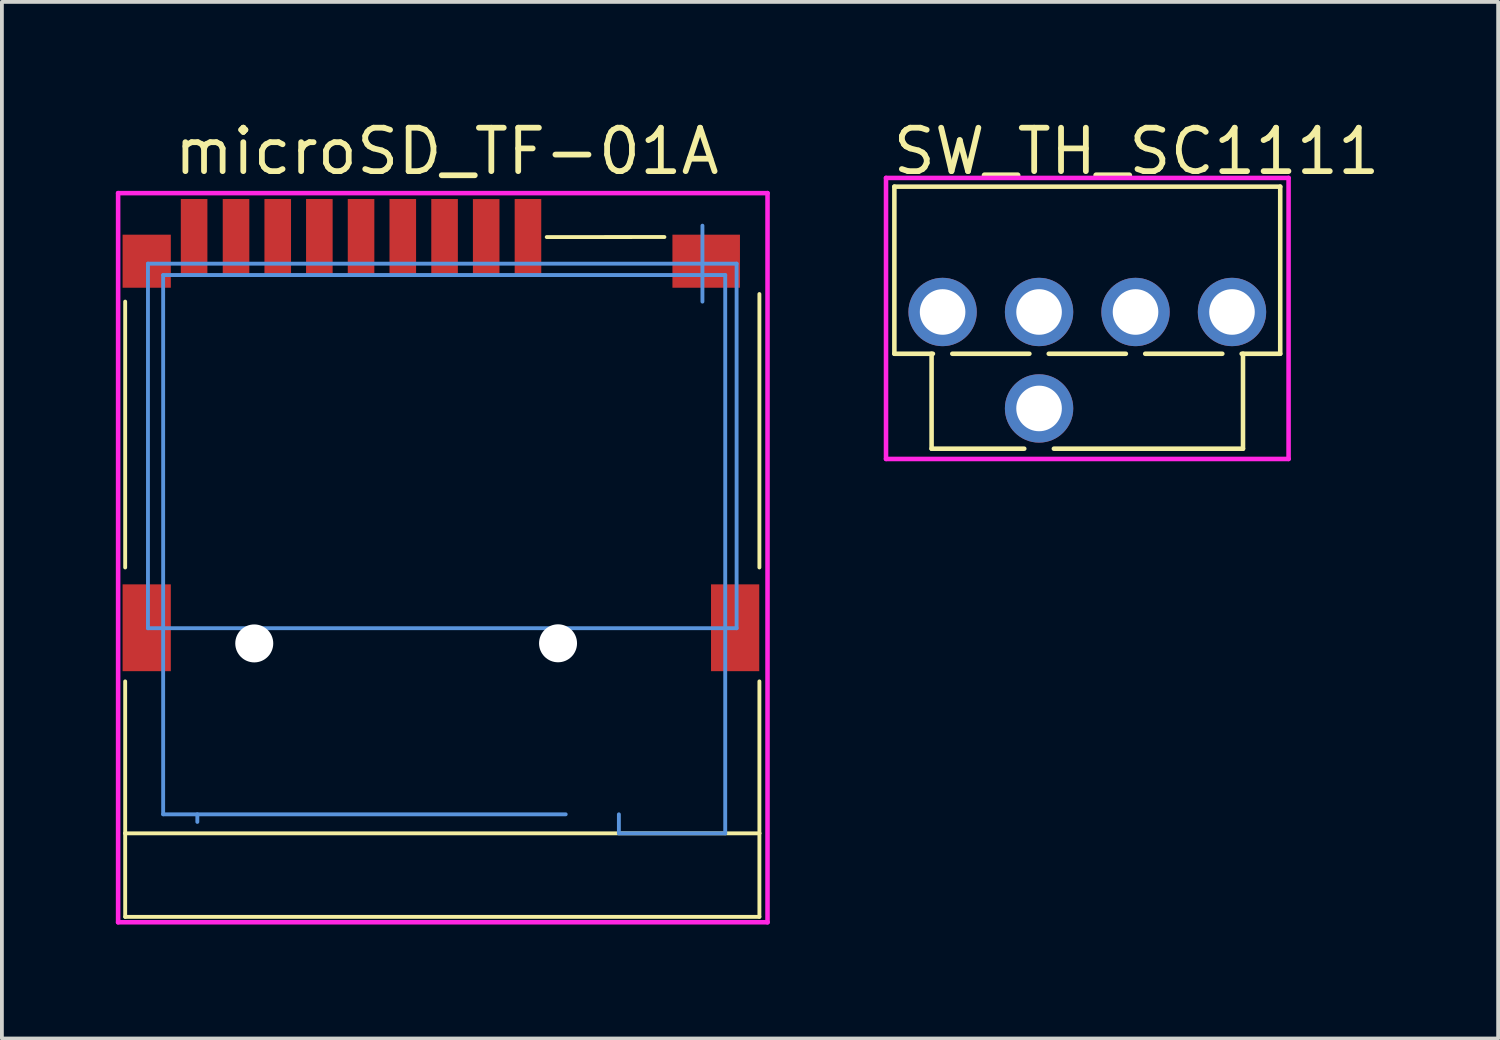
<source format=kicad_pcb>
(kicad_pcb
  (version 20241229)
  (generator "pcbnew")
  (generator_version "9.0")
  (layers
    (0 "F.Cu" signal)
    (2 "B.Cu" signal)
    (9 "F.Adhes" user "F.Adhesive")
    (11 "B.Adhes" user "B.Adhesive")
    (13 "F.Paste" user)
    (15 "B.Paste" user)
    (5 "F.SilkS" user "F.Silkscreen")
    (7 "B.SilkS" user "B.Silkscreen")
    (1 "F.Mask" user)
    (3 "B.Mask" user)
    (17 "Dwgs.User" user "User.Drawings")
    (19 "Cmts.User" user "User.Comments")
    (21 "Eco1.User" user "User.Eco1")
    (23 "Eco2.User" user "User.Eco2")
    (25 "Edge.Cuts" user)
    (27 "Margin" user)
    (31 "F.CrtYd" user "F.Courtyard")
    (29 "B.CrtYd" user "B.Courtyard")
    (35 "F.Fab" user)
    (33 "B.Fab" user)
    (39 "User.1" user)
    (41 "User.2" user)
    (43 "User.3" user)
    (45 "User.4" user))
  (footprint "microSD_TF-01A"
    (layer "F.Cu")
    (at 8.56 8.335)
    (property "Reference" "microSD_TF-01A" (at -7.1 -7.4 0) (layer "F.SilkS") (effects (font (size 1.143 1.143) (thickness 0.152)) (justify left)))
    (attr smd)
    (fp_line (start -8.314 -3.443) (end -8.314 3.557) (stroke (width 0.102) (type solid)) (layer "F.SilkS"))
    (fp_line (start -8.314 10.557) (end -8.314 6.557) (stroke (width 0.102) (type solid)) (layer "F.SilkS"))
    (fp_line (start -8.314 12.757) (end -8.314 10.557) (stroke (width 0.102) (type solid)) (layer "F.SilkS"))
    (fp_line (start 2.786 -5.143) (end 5.885 -5.144) (stroke (width 0.102) (type solid)) (layer "F.SilkS"))
    (fp_line (start 8.386 -3.643) (end 8.386 3.557) (stroke (width 0.102) (type solid)) (layer "F.SilkS"))
    (fp_line (start 8.386 6.557) (end 8.386 10.557) (stroke (width 0.102) (type solid)) (layer "F.SilkS"))
    (fp_line (start 8.386 10.557) (end -8.314 10.557) (stroke (width 0.102) (type solid)) (layer "F.SilkS"))
    (fp_line (start 8.386 12.757) (end -8.314 12.757) (stroke (width 0.102) (type solid)) (layer "F.SilkS"))
    (fp_line (start 8.386 12.757) (end 8.386 10.557) (stroke (width 0.102) (type solid)) (layer "F.SilkS"))
    (fp_line (start -7.714 -4.443) (end 7.786 -4.443) (stroke (width 0.102) (type solid)) (layer "Cmts.User"))
    (fp_line (start -7.714 5.157) (end -7.714 -4.443) (stroke (width 0.102) (type solid)) (layer "Cmts.User"))
    (fp_line (start -7.314 -4.143) (end -7.314 10.056) (stroke (width 0.102) (type solid)) (layer "Cmts.User"))
    (fp_line (start -7.314 -4.143) (end 7.487 -4.143) (stroke (width 0.102) (type solid)) (layer "Cmts.User"))
    (fp_line (start -7.314 10.057) (end 3.286 10.057) (stroke (width 0.102) (type solid)) (layer "Cmts.User"))
    (fp_line (start -6.414 10.057) (end -6.414 10.257) (stroke (width 0.102) (type solid)) (layer "Cmts.User"))
    (fp_line (start 4.686 10.557) (end 4.686 10.057) (stroke (width 0.102) (type solid)) (layer "Cmts.User"))
    (fp_line (start 6.886 -4.443) (end 6.886 -5.443) (stroke (width 0.102) (type solid)) (layer "Cmts.User"))
    (fp_line (start 6.886 -4.443) (end 6.886 -3.443) (stroke (width 0.102) (type solid)) (layer "Cmts.User"))
    (fp_line (start 7.486 -4.143) (end 7.486 10.557) (stroke (width 0.102) (type solid)) (layer "Cmts.User"))
    (fp_line (start 7.486 10.557) (end 4.686 10.557) (stroke (width 0.102) (type solid)) (layer "Cmts.User"))
    (fp_line (start 7.786 -4.443) (end 7.786 5.157) (stroke (width 0.102) (type solid)) (layer "Cmts.User"))
    (fp_line (start 7.786 5.157) (end -7.714 5.157) (stroke (width 0.102) (type solid)) (layer "Cmts.User"))
    (fp_line (start -8.5 -6.3) (end -8.5 12.9) (stroke (width 0.12) (type solid)) (layer "F.CrtYd"))
    (fp_line (start -8.5 -6.3) (end 8.6 -6.3) (stroke (width 0.12) (type solid)) (layer "F.CrtYd"))
    (fp_line (start 8.6 -6.3) (end 8.6 12.9) (stroke (width 0.12) (type solid)) (layer "F.CrtYd"))
    (fp_line (start 8.6 12.9) (end -8.5 12.9) (stroke (width 0.12) (type solid)) (layer "F.CrtYd"))
    (pad "" np_thru_hole circle (at -4.915 5.557) (size 1 1) (drill 1) (layers "*.Cu" "*.Mask"))
    (pad "" np_thru_hole circle (at 3.084 5.554) (size 1 1) (drill 1) (layers "*.Cu" "*.Mask"))
    (pad "1" smd rect (at 2.292 -5.145) (size 0.7 2) (layers "F.Cu" "F.Mask" "F.Paste"))
    (pad "2" smd rect (at 1.192 -5.143) (size 0.7 2) (layers "F.Cu" "F.Mask" "F.Paste"))
    (pad "3" smd rect (at 0.096 -5.145) (size 0.7 2) (layers "F.Cu" "F.Mask" "F.Paste"))
    (pad "4" smd rect (at -1.004 -5.145) (size 0.7 2) (layers "F.Cu" "F.Mask" "F.Paste"))
    (pad "5" smd rect (at -2.103 -5.145) (size 0.7 2) (layers "F.Cu" "F.Mask" "F.Paste"))
    (pad "6" smd rect (at -3.201 -5.145) (size 0.7 2) (layers "F.Cu" "F.Mask" "F.Paste"))
    (pad "7" smd rect (at -4.297 -5.145) (size 0.7 2) (layers "F.Cu" "F.Mask" "F.Paste"))
    (pad "8" smd rect (at -5.395 -5.145) (size 0.7 2) (layers "F.Cu" "F.Mask" "F.Paste"))
    (pad "9" smd rect (at -6.499 -5.145) (size 0.7 2) (layers "F.Cu" "F.Mask" "F.Paste"))
    (pad "S1" smd rect (at -7.747 -4.507) (size 1.27 1.397) (layers "F.Cu" "F.Mask" "F.Paste"))
    (pad "S1" smd rect (at -7.747 5.145) (size 1.27 2.286) (layers "F.Cu" "F.Mask" "F.Paste"))
    (pad "S1" smd rect (at 6.985 -4.507) (size 1.778 1.397) (layers "F.Cu" "F.Mask" "F.Paste"))
    (pad "S1" smd rect (at 7.747 5.145) (size 1.27 2.286) (layers "F.Cu" "F.Mask" "F.Paste")))
  (footprint "SW_TH_SC1111"
    (layer "F.Cu")
    (at 25.58 6.435)
    (property "Reference" "SW_TH_SC1111" (at -5.2 -5.5 0) (layer "F.SilkS") (effects (font (size 1.143 1.143) (thickness 0.152)) (justify left)))
    (attr through_hole)
    (fp_line (start -5.08 -4.57) (end 5.08 -4.57) (stroke (width 0.12) (type solid)) (layer "F.SilkS"))
    (fp_line (start -5.08 -0.17) (end -5.08 -4.57) (stroke (width 0.12) (type solid)) (layer "F.SilkS"))
    (fp_line (start -5.08 -0.17) (end -4.065 -0.17) (stroke (width 0.12) (type solid)) (layer "F.SilkS"))
    (fp_line (start -4.1 -0.17) (end -4.1 2.33) (stroke (width 0.12) (type solid)) (layer "F.SilkS"))
    (fp_line (start -4.1 2.33) (end -1.66 2.33) (stroke (width 0.12) (type solid)) (layer "F.SilkS"))
    (fp_line (start -3.555 -0.17) (end -1.525 -0.17) (stroke (width 0.12) (type solid)) (layer "F.SilkS"))
    (fp_line (start -1.015 -0.17) (end 1.015 -0.17) (stroke (width 0.12) (type solid)) (layer "F.SilkS"))
    (fp_line (start -0.88 2.33) (end 4.1 2.33) (stroke (width 0.12) (type solid)) (layer "F.SilkS"))
    (fp_line (start 1.525 -0.17) (end 3.555 -0.17) (stroke (width 0.12) (type solid)) (layer "F.SilkS"))
    (fp_line (start 4.065 -0.17) (end 5.08 -0.17) (stroke (width 0.12) (type solid)) (layer "F.SilkS"))
    (fp_line (start 4.1 2.33) (end 4.1 -0.17) (stroke (width 0.12) (type solid)) (layer "F.SilkS"))
    (fp_line (start 5.08 -4.57) (end 5.08 -0.17) (stroke (width 0.12) (type solid)) (layer "F.SilkS"))
    (fp_line (start -5.3 -4.8) (end -5.3 2.6) (stroke (width 0.12) (type solid)) (layer "F.CrtYd"))
    (fp_line (start -5.3 2.6) (end 5.3 2.6) (stroke (width 0.12) (type solid)) (layer "F.CrtYd"))
    (fp_line (start 5.3 -4.8) (end -5.3 -4.8) (stroke (width 0.12) (type solid)) (layer "F.CrtYd"))
    (fp_line (start 5.3 2.6) (end 5.3 -4.8) (stroke (width 0.12) (type solid)) (layer "F.CrtYd"))
    (pad "1" thru_hole circle (at -3.81 -1.27) (size 1.8 1.8) (drill 1.2) (layers "*.Cu" "*.Mask"))
    (pad "2" thru_hole circle (at -1.27 -1.27) (size 1.8 1.8) (drill 1.2) (layers "*.Cu" "*.Mask"))
    (pad "4" thru_hole circle (at 1.27 -1.27) (size 1.8 1.8) (drill 1.2) (layers "*.Cu" "*.Mask"))
    (pad "8" thru_hole circle (at 3.81 -1.27) (size 1.8 1.8) (drill 1.2) (layers "*.Cu" "*.Mask"))
    (pad "C" thru_hole circle (at -1.27 1.27) (size 1.8 1.8) (drill 1.2) (layers "*.Cu" "*.Mask")))
  (gr_rect
    (start -3 -3)
    (end 36.398 24.295)
    (stroke (width 0.1) (type default))
    (fill no)
    (layer "Edge.Cuts")))
</source>
